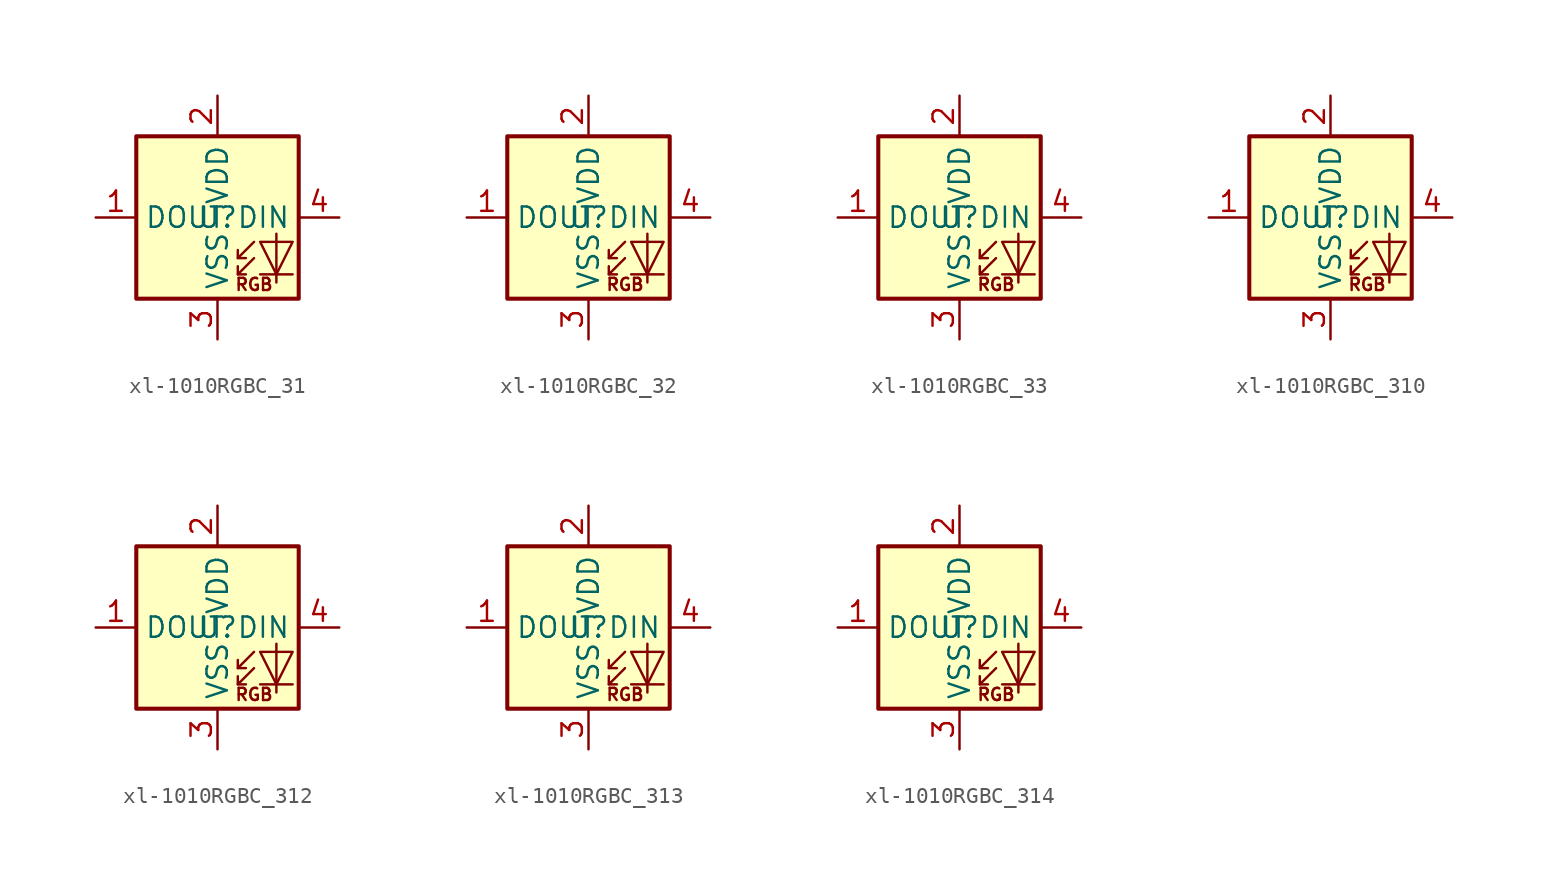
<source format=kicad_sym>
(kicad_symbol_lib
  (version 20231120)
  (generator "kicad_symbol_editor")
  (generator_version "8.0")
  (symbol "xl-1010RGBC_31"
    (property "Reference" "U"
      (at 0 0 0)
      (effects (font (size 1.27 1.27))))
    (property "Value" ""
      (at 0 0 0)
      (effects (font (size 1.27 1.27))))
    (symbol "xl-1010RGBC_31_0_0"
      (text "RGB" (at 2.286 -4.191 0) (effects (font (size 0.762 0.762)))))
    (symbol "xl-1010RGBC_31_0_1"
      (polyline (pts (xy 1.27 -3.556) (xy 1.778 -3.556)) (stroke (width 0) (type default)) (fill (type none)))
      (polyline (pts (xy 1.27 -2.54) (xy 1.778 -2.54)) (stroke (width 0) (type default)) (fill (type none)))
      (polyline (pts (xy 4.699 -3.556) (xy 2.667 -3.556)) (stroke (width 0) (type default)) (fill (type none)))
      (polyline (pts (xy 2.286 -2.54) (xy 1.27 -3.556) (xy 1.27 -3.048)) (stroke (width 0) (type default)) (fill (type none)))
      (polyline (pts (xy 2.286 -1.524) (xy 1.27 -2.54) (xy 1.27 -2.032)) (stroke (width 0) (type default)) (fill (type none)))
      (polyline (pts (xy 3.683 -1.016) (xy 3.683 -3.556) (xy 3.683 -4.064)) (stroke (width 0) (type default)) (fill (type none)))
      (polyline (pts (xy 4.699 -1.524) (xy 2.667 -1.524) (xy 3.683 -3.556) (xy 4.699 -1.524)) (stroke (width 0) (type default)) (fill (type none)))
      (rectangle (start 5.08 5.08) (end -5.08 -5.08) (stroke (width 0.254) (type default)) (fill (type background))))
    (symbol "xl-1010RGBC_31_1_1"
      (pin output line (at -7.62 0 0) (length 2.54) (name "DOUT" (effects (font (size 1.27 1.27)))) (number "1" (effects (font (size 1.27 1.27)))))
      (pin power_in line (at 0 7.62 270) (length 2.54) (name "VDD" (effects (font (size 1.27 1.27)))) (number "2" (effects (font (size 1.27 1.27)))))
      (pin power_in line (at 0 -7.62 90) (length 2.54) (name "VSS" (effects (font (size 1.27 1.27)))) (number "3" (effects (font (size 1.27 1.27)))))
      (pin input line (at 7.62 0 180) (length 2.54) (name "DIN" (effects (font (size 1.27 1.27)))) (number "4" (effects (font (size 1.27 1.27)))))))
  (symbol "xl-1010RGBC_32"
    (property "Reference" "U"
      (at 0 0 0)
      (effects (font (size 1.27 1.27))))
    (property "Value" ""
      (at 0 0 0)
      (effects (font (size 1.27 1.27))))
    (symbol "xl-1010RGBC_32_0_0"
      (text "RGB" (at 2.286 -4.191 0) (effects (font (size 0.762 0.762)))))
    (symbol "xl-1010RGBC_32_0_1"
      (polyline (pts (xy 1.27 -3.556) (xy 1.778 -3.556)) (stroke (width 0) (type default)) (fill (type none)))
      (polyline (pts (xy 1.27 -2.54) (xy 1.778 -2.54)) (stroke (width 0) (type default)) (fill (type none)))
      (polyline (pts (xy 4.699 -3.556) (xy 2.667 -3.556)) (stroke (width 0) (type default)) (fill (type none)))
      (polyline (pts (xy 2.286 -2.54) (xy 1.27 -3.556) (xy 1.27 -3.048)) (stroke (width 0) (type default)) (fill (type none)))
      (polyline (pts (xy 2.286 -1.524) (xy 1.27 -2.54) (xy 1.27 -2.032)) (stroke (width 0) (type default)) (fill (type none)))
      (polyline (pts (xy 3.683 -1.016) (xy 3.683 -3.556) (xy 3.683 -4.064)) (stroke (width 0) (type default)) (fill (type none)))
      (polyline (pts (xy 4.699 -1.524) (xy 2.667 -1.524) (xy 3.683 -3.556) (xy 4.699 -1.524)) (stroke (width 0) (type default)) (fill (type none)))
      (rectangle (start 5.08 5.08) (end -5.08 -5.08) (stroke (width 0.254) (type default)) (fill (type background))))
    (symbol "xl-1010RGBC_32_1_1"
      (pin output line (at -7.62 0 0) (length 2.54) (name "DOUT" (effects (font (size 1.27 1.27)))) (number "1" (effects (font (size 1.27 1.27)))))
      (pin power_in line (at 0 7.62 270) (length 2.54) (name "VDD" (effects (font (size 1.27 1.27)))) (number "2" (effects (font (size 1.27 1.27)))))
      (pin power_in line (at 0 -7.62 90) (length 2.54) (name "VSS" (effects (font (size 1.27 1.27)))) (number "3" (effects (font (size 1.27 1.27)))))
      (pin input line (at 7.62 0 180) (length 2.54) (name "DIN" (effects (font (size 1.27 1.27)))) (number "4" (effects (font (size 1.27 1.27)))))))
  (symbol "xl-1010RGBC_33"
    (property "Reference" "U"
      (at 0 0 0)
      (effects (font (size 1.27 1.27))))
    (property "Value" ""
      (at 0 0 0)
      (effects (font (size 1.27 1.27))))
    (symbol "xl-1010RGBC_33_0_0"
      (text "RGB" (at 2.286 -4.191 0) (effects (font (size 0.762 0.762)))))
    (symbol "xl-1010RGBC_33_0_1"
      (polyline (pts (xy 1.27 -3.556) (xy 1.778 -3.556)) (stroke (width 0) (type default)) (fill (type none)))
      (polyline (pts (xy 1.27 -2.54) (xy 1.778 -2.54)) (stroke (width 0) (type default)) (fill (type none)))
      (polyline (pts (xy 4.699 -3.556) (xy 2.667 -3.556)) (stroke (width 0) (type default)) (fill (type none)))
      (polyline (pts (xy 2.286 -2.54) (xy 1.27 -3.556) (xy 1.27 -3.048)) (stroke (width 0) (type default)) (fill (type none)))
      (polyline (pts (xy 2.286 -1.524) (xy 1.27 -2.54) (xy 1.27 -2.032)) (stroke (width 0) (type default)) (fill (type none)))
      (polyline (pts (xy 3.683 -1.016) (xy 3.683 -3.556) (xy 3.683 -4.064)) (stroke (width 0) (type default)) (fill (type none)))
      (polyline (pts (xy 4.699 -1.524) (xy 2.667 -1.524) (xy 3.683 -3.556) (xy 4.699 -1.524)) (stroke (width 0) (type default)) (fill (type none)))
      (rectangle (start 5.08 5.08) (end -5.08 -5.08) (stroke (width 0.254) (type default)) (fill (type background))))
    (symbol "xl-1010RGBC_33_1_1"
      (pin output line (at -7.62 0 0) (length 2.54) (name "DOUT" (effects (font (size 1.27 1.27)))) (number "1" (effects (font (size 1.27 1.27)))))
      (pin power_in line (at 0 7.62 270) (length 2.54) (name "VDD" (effects (font (size 1.27 1.27)))) (number "2" (effects (font (size 1.27 1.27)))))
      (pin power_in line (at 0 -7.62 90) (length 2.54) (name "VSS" (effects (font (size 1.27 1.27)))) (number "3" (effects (font (size 1.27 1.27)))))
      (pin input line (at 7.62 0 180) (length 2.54) (name "DIN" (effects (font (size 1.27 1.27)))) (number "4" (effects (font (size 1.27 1.27)))))))
  (symbol "xl-1010RGBC_310"
    (property "Reference" "U"
      (at 0 0 0)
      (effects (font (size 1.27 1.27))))
    (property "Value" ""
      (at 0 0 0)
      (effects (font (size 1.27 1.27))))
    (symbol "xl-1010RGBC_310_0_0"
      (text "RGB" (at 2.286 -4.191 0) (effects (font (size 0.762 0.762)))))
    (symbol "xl-1010RGBC_310_0_1"
      (polyline (pts (xy 1.27 -3.556) (xy 1.778 -3.556)) (stroke (width 0) (type default)) (fill (type none)))
      (polyline (pts (xy 1.27 -2.54) (xy 1.778 -2.54)) (stroke (width 0) (type default)) (fill (type none)))
      (polyline (pts (xy 4.699 -3.556) (xy 2.667 -3.556)) (stroke (width 0) (type default)) (fill (type none)))
      (polyline (pts (xy 2.286 -2.54) (xy 1.27 -3.556) (xy 1.27 -3.048)) (stroke (width 0) (type default)) (fill (type none)))
      (polyline (pts (xy 2.286 -1.524) (xy 1.27 -2.54) (xy 1.27 -2.032)) (stroke (width 0) (type default)) (fill (type none)))
      (polyline (pts (xy 3.683 -1.016) (xy 3.683 -3.556) (xy 3.683 -4.064)) (stroke (width 0) (type default)) (fill (type none)))
      (polyline (pts (xy 4.699 -1.524) (xy 2.667 -1.524) (xy 3.683 -3.556) (xy 4.699 -1.524)) (stroke (width 0) (type default)) (fill (type none)))
      (rectangle (start 5.08 5.08) (end -5.08 -5.08) (stroke (width 0.254) (type default)) (fill (type background))))
    (symbol "xl-1010RGBC_310_1_1"
      (pin output line (at -7.62 0 0) (length 2.54) (name "DOUT" (effects (font (size 1.27 1.27)))) (number "1" (effects (font (size 1.27 1.27)))))
      (pin power_in line (at 0 7.62 270) (length 2.54) (name "VDD" (effects (font (size 1.27 1.27)))) (number "2" (effects (font (size 1.27 1.27)))))
      (pin power_in line (at 0 -7.62 90) (length 2.54) (name "VSS" (effects (font (size 1.27 1.27)))) (number "3" (effects (font (size 1.27 1.27)))))
      (pin input line (at 7.62 0 180) (length 2.54) (name "DIN" (effects (font (size 1.27 1.27)))) (number "4" (effects (font (size 1.27 1.27)))))))
  (symbol "xl-1010RGBC_312"
    (property "Reference" "U"
      (at 0 0 0)
      (effects (font (size 1.27 1.27))))
    (property "Value" ""
      (at 0 0 0)
      (effects (font (size 1.27 1.27))))
    (symbol "xl-1010RGBC_312_0_0"
      (text "RGB" (at 2.286 -4.191 0) (effects (font (size 0.762 0.762)))))
    (symbol "xl-1010RGBC_312_0_1"
      (polyline (pts (xy 1.27 -3.556) (xy 1.778 -3.556)) (stroke (width 0) (type default)) (fill (type none)))
      (polyline (pts (xy 1.27 -2.54) (xy 1.778 -2.54)) (stroke (width 0) (type default)) (fill (type none)))
      (polyline (pts (xy 4.699 -3.556) (xy 2.667 -3.556)) (stroke (width 0) (type default)) (fill (type none)))
      (polyline (pts (xy 2.286 -2.54) (xy 1.27 -3.556) (xy 1.27 -3.048)) (stroke (width 0) (type default)) (fill (type none)))
      (polyline (pts (xy 2.286 -1.524) (xy 1.27 -2.54) (xy 1.27 -2.032)) (stroke (width 0) (type default)) (fill (type none)))
      (polyline (pts (xy 3.683 -1.016) (xy 3.683 -3.556) (xy 3.683 -4.064)) (stroke (width 0) (type default)) (fill (type none)))
      (polyline (pts (xy 4.699 -1.524) (xy 2.667 -1.524) (xy 3.683 -3.556) (xy 4.699 -1.524)) (stroke (width 0) (type default)) (fill (type none)))
      (rectangle (start 5.08 5.08) (end -5.08 -5.08) (stroke (width 0.254) (type default)) (fill (type background))))
    (symbol "xl-1010RGBC_312_1_1"
      (pin output line (at -7.62 0 0) (length 2.54) (name "DOUT" (effects (font (size 1.27 1.27)))) (number "1" (effects (font (size 1.27 1.27)))))
      (pin power_in line (at 0 7.62 270) (length 2.54) (name "VDD" (effects (font (size 1.27 1.27)))) (number "2" (effects (font (size 1.27 1.27)))))
      (pin power_in line (at 0 -7.62 90) (length 2.54) (name "VSS" (effects (font (size 1.27 1.27)))) (number "3" (effects (font (size 1.27 1.27)))))
      (pin input line (at 7.62 0 180) (length 2.54) (name "DIN" (effects (font (size 1.27 1.27)))) (number "4" (effects (font (size 1.27 1.27)))))))
  (symbol "xl-1010RGBC_313"
    (property "Reference" "U"
      (at 0 0 0)
      (effects (font (size 1.27 1.27))))
    (property "Value" ""
      (at 0 0 0)
      (effects (font (size 1.27 1.27))))
    (symbol "xl-1010RGBC_313_0_0"
      (text "RGB" (at 2.286 -4.191 0) (effects (font (size 0.762 0.762)))))
    (symbol "xl-1010RGBC_313_0_1"
      (polyline (pts (xy 1.27 -3.556) (xy 1.778 -3.556)) (stroke (width 0) (type default)) (fill (type none)))
      (polyline (pts (xy 1.27 -2.54) (xy 1.778 -2.54)) (stroke (width 0) (type default)) (fill (type none)))
      (polyline (pts (xy 4.699 -3.556) (xy 2.667 -3.556)) (stroke (width 0) (type default)) (fill (type none)))
      (polyline (pts (xy 2.286 -2.54) (xy 1.27 -3.556) (xy 1.27 -3.048)) (stroke (width 0) (type default)) (fill (type none)))
      (polyline (pts (xy 2.286 -1.524) (xy 1.27 -2.54) (xy 1.27 -2.032)) (stroke (width 0) (type default)) (fill (type none)))
      (polyline (pts (xy 3.683 -1.016) (xy 3.683 -3.556) (xy 3.683 -4.064)) (stroke (width 0) (type default)) (fill (type none)))
      (polyline (pts (xy 4.699 -1.524) (xy 2.667 -1.524) (xy 3.683 -3.556) (xy 4.699 -1.524)) (stroke (width 0) (type default)) (fill (type none)))
      (rectangle (start 5.08 5.08) (end -5.08 -5.08) (stroke (width 0.254) (type default)) (fill (type background))))
    (symbol "xl-1010RGBC_313_1_1"
      (pin output line (at -7.62 0 0) (length 2.54) (name "DOUT" (effects (font (size 1.27 1.27)))) (number "1" (effects (font (size 1.27 1.27)))))
      (pin power_in line (at 0 7.62 270) (length 2.54) (name "VDD" (effects (font (size 1.27 1.27)))) (number "2" (effects (font (size 1.27 1.27)))))
      (pin power_in line (at 0 -7.62 90) (length 2.54) (name "VSS" (effects (font (size 1.27 1.27)))) (number "3" (effects (font (size 1.27 1.27)))))
      (pin input line (at 7.62 0 180) (length 2.54) (name "DIN" (effects (font (size 1.27 1.27)))) (number "4" (effects (font (size 1.27 1.27)))))))
  (symbol "xl-1010RGBC_314"
    (property "Reference" "U"
      (at 0 0 0)
      (effects (font (size 1.27 1.27))))
    (property "Value" ""
      (at 0 0 0)
      (effects (font (size 1.27 1.27))))
    (symbol "xl-1010RGBC_314_0_0"
      (text "RGB" (at 2.286 -4.191 0) (effects (font (size 0.762 0.762)))))
    (symbol "xl-1010RGBC_314_0_1"
      (polyline (pts (xy 1.27 -3.556) (xy 1.778 -3.556)) (stroke (width 0) (type default)) (fill (type none)))
      (polyline (pts (xy 1.27 -2.54) (xy 1.778 -2.54)) (stroke (width 0) (type default)) (fill (type none)))
      (polyline (pts (xy 4.699 -3.556) (xy 2.667 -3.556)) (stroke (width 0) (type default)) (fill (type none)))
      (polyline (pts (xy 2.286 -2.54) (xy 1.27 -3.556) (xy 1.27 -3.048)) (stroke (width 0) (type default)) (fill (type none)))
      (polyline (pts (xy 2.286 -1.524) (xy 1.27 -2.54) (xy 1.27 -2.032)) (stroke (width 0) (type default)) (fill (type none)))
      (polyline (pts (xy 3.683 -1.016) (xy 3.683 -3.556) (xy 3.683 -4.064)) (stroke (width 0) (type default)) (fill (type none)))
      (polyline (pts (xy 4.699 -1.524) (xy 2.667 -1.524) (xy 3.683 -3.556) (xy 4.699 -1.524)) (stroke (width 0) (type default)) (fill (type none)))
      (rectangle (start 5.08 5.08) (end -5.08 -5.08) (stroke (width 0.254) (type default)) (fill (type background))))
    (symbol "xl-1010RGBC_314_1_1"
      (pin output line (at -7.62 0 0) (length 2.54) (name "DOUT" (effects (font (size 1.27 1.27)))) (number "1" (effects (font (size 1.27 1.27)))))
      (pin power_in line (at 0 7.62 270) (length 2.54) (name "VDD" (effects (font (size 1.27 1.27)))) (number "2" (effects (font (size 1.27 1.27)))))
      (pin power_in line (at 0 -7.62 90) (length 2.54) (name "VSS" (effects (font (size 1.27 1.27)))) (number "3" (effects (font (size 1.27 1.27)))))
      (pin input line (at 7.62 0 180) (length 2.54) (name "DIN" (effects (font (size 1.27 1.27)))) (number "4" (effects (font (size 1.27 1.27))))))))
</source>
